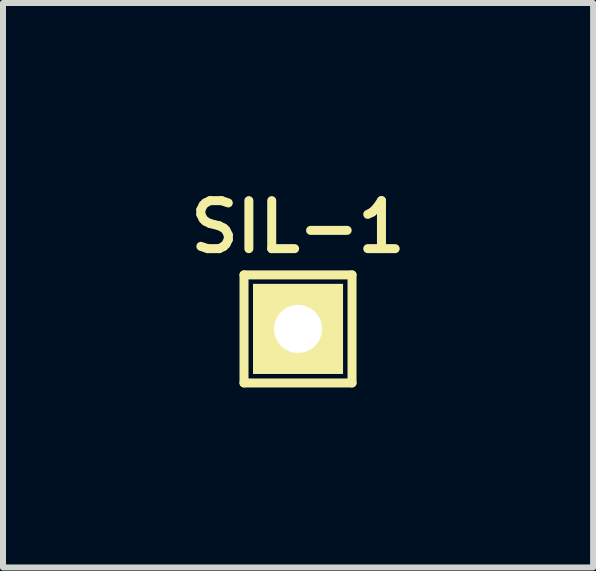
<source format=kicad_pcb>
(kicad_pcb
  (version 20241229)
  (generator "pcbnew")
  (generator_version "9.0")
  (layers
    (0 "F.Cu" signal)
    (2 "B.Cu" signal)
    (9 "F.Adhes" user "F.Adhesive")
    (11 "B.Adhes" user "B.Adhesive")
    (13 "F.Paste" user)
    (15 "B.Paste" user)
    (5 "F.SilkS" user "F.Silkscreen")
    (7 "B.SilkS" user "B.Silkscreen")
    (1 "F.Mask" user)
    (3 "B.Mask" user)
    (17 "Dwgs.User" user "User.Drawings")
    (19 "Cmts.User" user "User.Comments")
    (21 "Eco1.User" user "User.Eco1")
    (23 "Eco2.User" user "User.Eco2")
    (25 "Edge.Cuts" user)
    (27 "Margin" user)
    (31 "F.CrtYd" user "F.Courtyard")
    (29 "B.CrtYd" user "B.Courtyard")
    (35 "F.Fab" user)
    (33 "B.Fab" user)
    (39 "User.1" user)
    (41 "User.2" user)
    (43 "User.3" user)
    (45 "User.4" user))
  (footprint "SIL-1"
    (layer "F.Cu")
    (at 1.916 2.431)
    (property "Reference" "SIL-1" (at 0 -1.7 0) (layer "F.SilkS") (effects (font (size 0.8 0.8) (thickness 0.15))))
    (attr through_hole)
    (fp_line (start -0.9 -0.9) (end 0.9 -0.9) (stroke (width 0.15) (type solid)) (layer "F.SilkS"))
    (fp_line (start -0.9 0.9) (end -0.9 -0.9) (stroke (width 0.15) (type solid)) (layer "F.SilkS"))
    (fp_line (start 0.9 -0.9) (end 0.9 0.9) (stroke (width 0.15) (type solid)) (layer "F.SilkS"))
    (fp_line (start 0.9 0.9) (end -0.9 0.9) (stroke (width 0.15) (type solid)) (layer "F.SilkS"))
    (pad "1" thru_hole rect (at 0 0) (size 1.5 1.5) (drill 0.8) (layers "*.Cu" "*.Mask" "F.SilkS")))
  (gr_rect
    (start -3 -3)
    (end 6.833 6.406)
    (stroke (width 0.1) (type default))
    (fill no)
    (layer "Edge.Cuts")))
</source>
